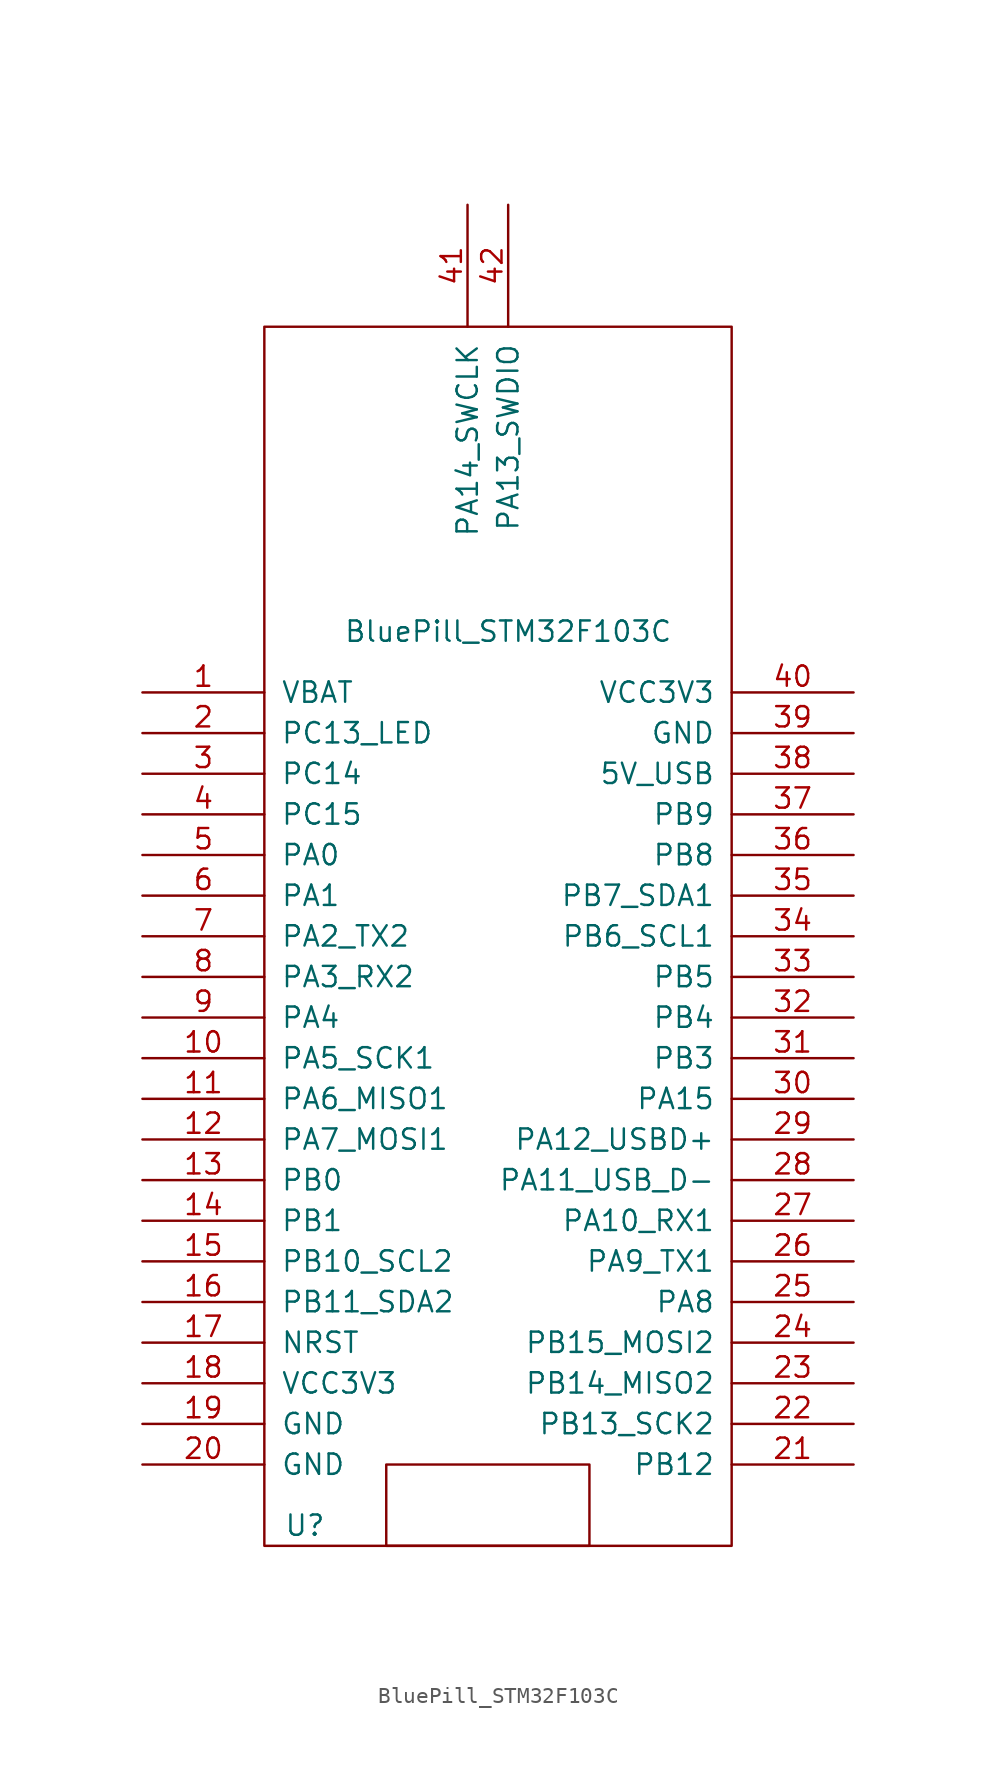
<source format=kicad_sym>
(kicad_symbol_lib
  (version 20211014)
  (generator kicad_symbol_editor)
  (symbol "BluePill_STM32F103C"
    (pin_names
      (offset 1.016))
    (property "Reference" "U"
      (at -11.43 -34.29 0)
      (effects (font (size 1.27 1.27))))
    (property "Value" "BluePill_STM32F103C"
      (at 1.27 21.59 0)
      (effects (font (size 1.27 1.27))))
    (symbol "BluePill_STM32F103C_0_1"
      (rectangle (start -6.35 -35.56) (end 6.35 -30.48) (stroke (width 0) (type default) (color 0 0 0 0)) (fill (type none))))
    (symbol "BluePill_STM32F103C_1_0"
      (rectangle (start -13.97 -35.56) (end 15.24 40.64) (stroke (width 0) (type default) (color 0 0 0 0)) (fill (type none))))
    (symbol "BluePill_STM32F103C_1_1"
      (pin power_in line (at -21.59 17.78 0) (length 7.62) (name "VBAT" (effects (font (size 1.27 1.27)))) (number "1" (effects (font (size 1.27 1.27)))))
      (pin bidirectional line (at -21.59 -5.08 0) (length 7.62) (name "PA5_SCK1" (effects (font (size 1.27 1.27)))) (number "10" (effects (font (size 1.27 1.27)))))
      (pin bidirectional line (at -21.59 -7.62 0) (length 7.62) (name "PA6_MISO1" (effects (font (size 1.27 1.27)))) (number "11" (effects (font (size 1.27 1.27)))))
      (pin bidirectional line (at -21.59 -10.16 0) (length 7.62) (name "PA7_MOSI1" (effects (font (size 1.27 1.27)))) (number "12" (effects (font (size 1.27 1.27)))))
      (pin bidirectional line (at -21.59 -12.7 0) (length 7.62) (name "PB0" (effects (font (size 1.27 1.27)))) (number "13" (effects (font (size 1.27 1.27)))))
      (pin bidirectional line (at -21.59 -15.24 0) (length 7.62) (name "PB1" (effects (font (size 1.27 1.27)))) (number "14" (effects (font (size 1.27 1.27)))))
      (pin bidirectional line (at -21.59 -17.78 0) (length 7.62) (name "PB10_SCL2" (effects (font (size 1.27 1.27)))) (number "15" (effects (font (size 1.27 1.27)))))
      (pin bidirectional line (at -21.59 -20.32 0) (length 7.62) (name "PB11_SDA2" (effects (font (size 1.27 1.27)))) (number "16" (effects (font (size 1.27 1.27)))))
      (pin input line (at -21.59 -22.86 0) (length 7.62) (name "NRST" (effects (font (size 1.27 1.27)))) (number "17" (effects (font (size 1.27 1.27)))))
      (pin bidirectional line (at -21.59 -25.4 0) (length 7.62) (name "VCC3V3" (effects (font (size 1.27 1.27)))) (number "18" (effects (font (size 1.27 1.27)))))
      (pin power_in line (at -21.59 -27.94 0) (length 7.62) (name "GND" (effects (font (size 1.27 1.27)))) (number "19" (effects (font (size 1.27 1.27)))))
      (pin bidirectional line (at -21.59 15.24 0) (length 7.62) (name "PC13_LED" (effects (font (size 1.27 1.27)))) (number "2" (effects (font (size 1.27 1.27)))))
      (pin power_in line (at -21.59 -30.48 0) (length 7.62) (name "GND" (effects (font (size 1.27 1.27)))) (number "20" (effects (font (size 1.27 1.27)))))
      (pin bidirectional line (at 22.86 -30.48 180) (length 7.62) (name "PB12" (effects (font (size 1.27 1.27)))) (number "21" (effects (font (size 1.27 1.27)))))
      (pin bidirectional line (at 22.86 -27.94 180) (length 7.62) (name "PB13_SCK2" (effects (font (size 1.27 1.27)))) (number "22" (effects (font (size 1.27 1.27)))))
      (pin bidirectional line (at 22.86 -25.4 180) (length 7.62) (name "PB14_MISO2" (effects (font (size 1.27 1.27)))) (number "23" (effects (font (size 1.27 1.27)))))
      (pin bidirectional line (at 22.86 -22.86 180) (length 7.62) (name "PB15_MOSI2" (effects (font (size 1.27 1.27)))) (number "24" (effects (font (size 1.27 1.27)))))
      (pin bidirectional line (at 22.86 -20.32 180) (length 7.62) (name "PA8" (effects (font (size 1.27 1.27)))) (number "25" (effects (font (size 1.27 1.27)))))
      (pin bidirectional line (at 22.86 -17.78 180) (length 7.62) (name "PA9_TX1" (effects (font (size 1.27 1.27)))) (number "26" (effects (font (size 1.27 1.27)))))
      (pin bidirectional line (at 22.86 -15.24 180) (length 7.62) (name "PA10_RX1" (effects (font (size 1.27 1.27)))) (number "27" (effects (font (size 1.27 1.27)))))
      (pin bidirectional line (at 22.86 -12.7 180) (length 7.62) (name "PA11_USB_D-" (effects (font (size 1.27 1.27)))) (number "28" (effects (font (size 1.27 1.27)))))
      (pin bidirectional line (at 22.86 -10.16 180) (length 7.62) (name "PA12_USBD+" (effects (font (size 1.27 1.27)))) (number "29" (effects (font (size 1.27 1.27)))))
      (pin bidirectional line (at -21.59 12.7 0) (length 7.62) (name "PC14" (effects (font (size 1.27 1.27)))) (number "3" (effects (font (size 1.27 1.27)))))
      (pin bidirectional line (at 22.86 -7.62 180) (length 7.62) (name "PA15" (effects (font (size 1.27 1.27)))) (number "30" (effects (font (size 1.27 1.27)))))
      (pin bidirectional line (at 22.86 -5.08 180) (length 7.62) (name "PB3" (effects (font (size 1.27 1.27)))) (number "31" (effects (font (size 1.27 1.27)))))
      (pin bidirectional line (at 22.86 -2.54 180) (length 7.62) (name "PB4" (effects (font (size 1.27 1.27)))) (number "32" (effects (font (size 1.27 1.27)))))
      (pin bidirectional line (at 22.86 0 180) (length 7.62) (name "PB5" (effects (font (size 1.27 1.27)))) (number "33" (effects (font (size 1.27 1.27)))))
      (pin bidirectional line (at 22.86 2.54 180) (length 7.62) (name "PB6_SCL1" (effects (font (size 1.27 1.27)))) (number "34" (effects (font (size 1.27 1.27)))))
      (pin bidirectional line (at 22.86 5.08 180) (length 7.62) (name "PB7_SDA1" (effects (font (size 1.27 1.27)))) (number "35" (effects (font (size 1.27 1.27)))))
      (pin bidirectional line (at 22.86 7.62 180) (length 7.62) (name "PB8" (effects (font (size 1.27 1.27)))) (number "36" (effects (font (size 1.27 1.27)))))
      (pin bidirectional line (at 22.86 10.16 180) (length 7.62) (name "PB9" (effects (font (size 1.27 1.27)))) (number "37" (effects (font (size 1.27 1.27)))))
      (pin bidirectional line (at 22.86 12.7 180) (length 7.62) (name "5V_USB" (effects (font (size 1.27 1.27)))) (number "38" (effects (font (size 1.27 1.27)))))
      (pin power_in line (at 22.86 15.24 180) (length 7.62) (name "GND" (effects (font (size 1.27 1.27)))) (number "39" (effects (font (size 1.27 1.27)))))
      (pin bidirectional line (at -21.59 10.16 0) (length 7.62) (name "PC15" (effects (font (size 1.27 1.27)))) (number "4" (effects (font (size 1.27 1.27)))))
      (pin bidirectional line (at 22.86 17.78 180) (length 7.62) (name "VCC3V3" (effects (font (size 1.27 1.27)))) (number "40" (effects (font (size 1.27 1.27)))))
      (pin bidirectional line (at -1.27 48.26 270) (length 7.62) (name "PA14_SWCLK" (effects (font (size 1.27 1.27)))) (number "41" (effects (font (size 1.27 1.27)))))
      (pin bidirectional line (at 1.27 48.26 270) (length 7.62) (name "PA13_SWDIO" (effects (font (size 1.27 1.27)))) (number "42" (effects (font (size 1.27 1.27)))))
      (pin bidirectional line (at -21.59 7.62 0) (length 7.62) (name "PA0" (effects (font (size 1.27 1.27)))) (number "5" (effects (font (size 1.27 1.27)))))
      (pin bidirectional line (at -21.59 5.08 0) (length 7.62) (name "PA1" (effects (font (size 1.27 1.27)))) (number "6" (effects (font (size 1.27 1.27)))))
      (pin bidirectional line (at -21.59 2.54 0) (length 7.62) (name "PA2_TX2" (effects (font (size 1.27 1.27)))) (number "7" (effects (font (size 1.27 1.27)))))
      (pin bidirectional line (at -21.59 0 0) (length 7.62) (name "PA3_RX2" (effects (font (size 1.27 1.27)))) (number "8" (effects (font (size 1.27 1.27)))))
      (pin bidirectional line (at -21.59 -2.54 0) (length 7.62) (name "PA4" (effects (font (size 1.27 1.27)))) (number "9" (effects (font (size 1.27 1.27))))))))
</source>
